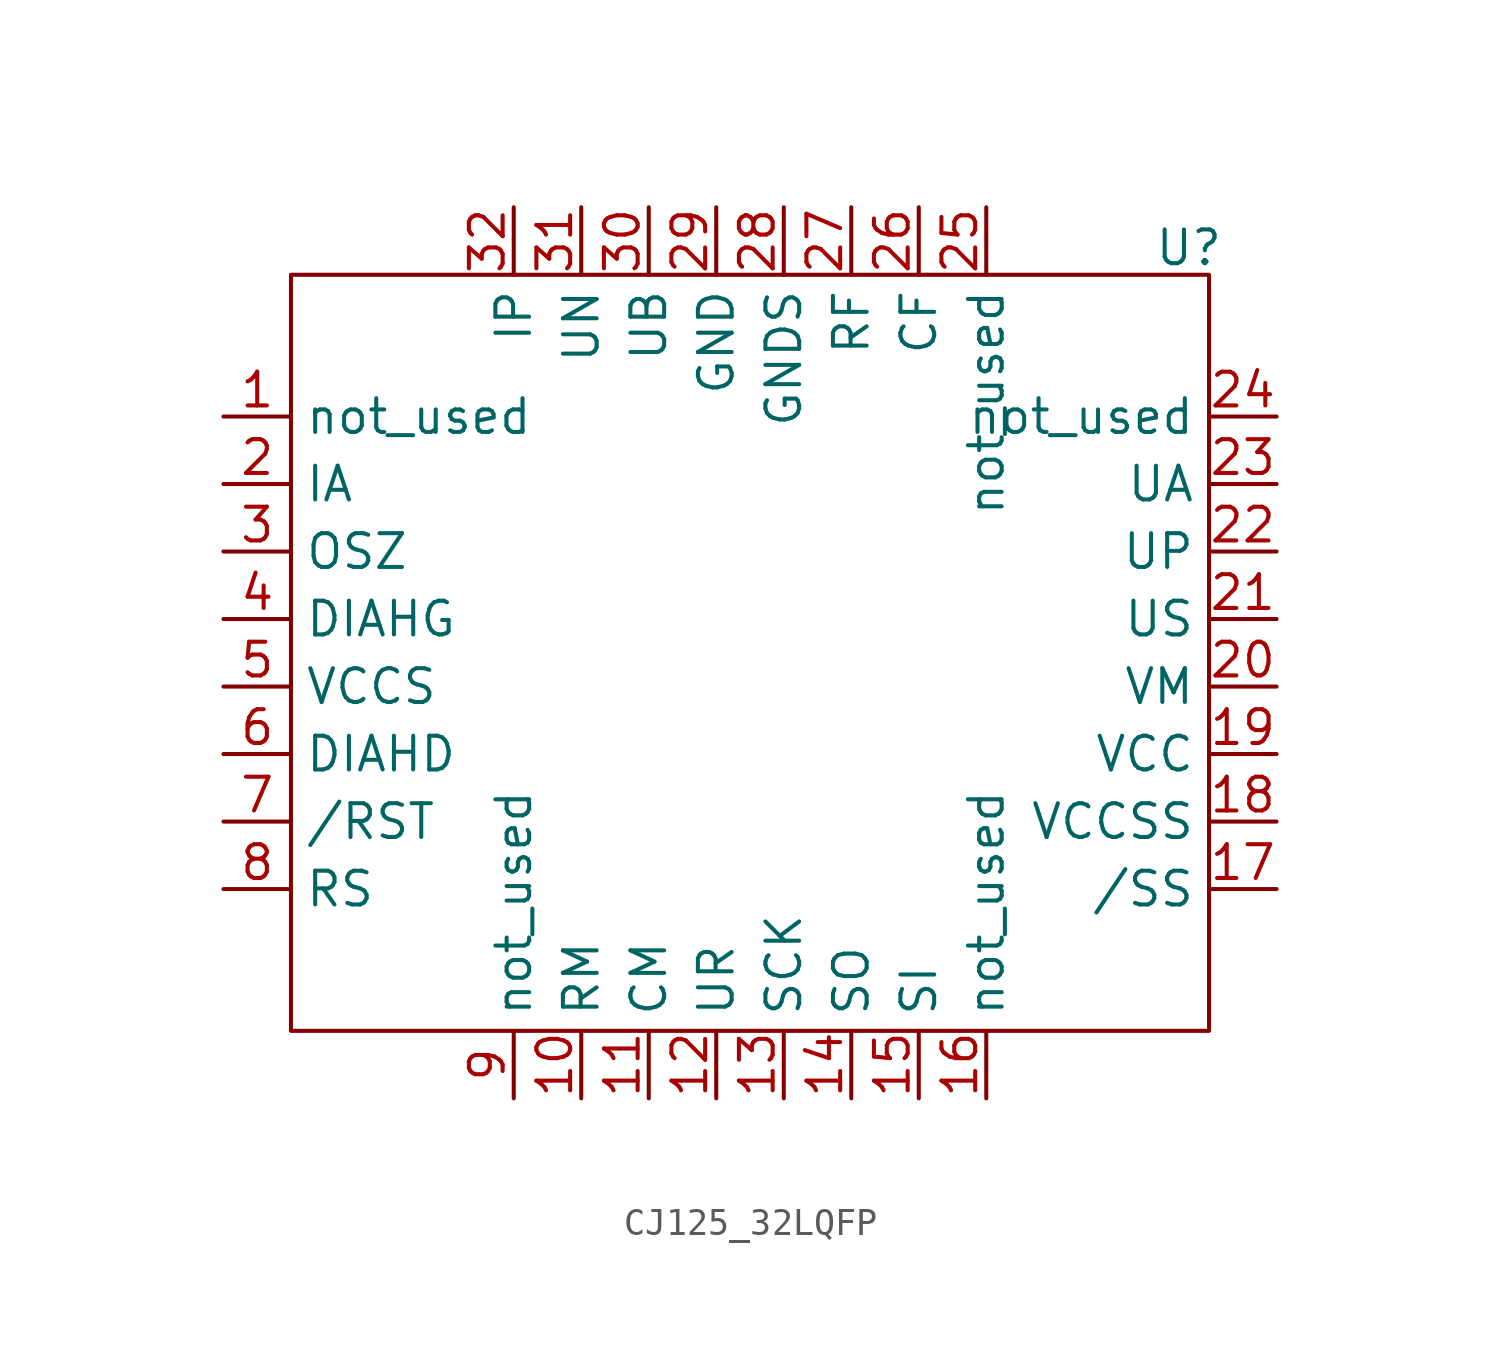
<source format=kicad_sym>
(kicad_symbol_lib
  (version 20220914)
  (generator kicad_symbol_editor)
  (symbol "CJ125_32LQFP"
    (property "Reference" "U"
      (at 31.242 16.51 0)
      (effects (font (size 1.27 1.27))))
    (property "Value" ""
      (at 0 0 0)
      (effects (font (size 1.27 1.27))))
    (symbol "CJ125_32LQFP_0_1"
      (rectangle (start -2.54 15.494) (end 32.004 -12.954) (stroke (width 0) (type default)) (fill (type none))))
    (symbol "CJ125_32LQFP_1_1"
      (pin input line (at -5.08 10.16 0) (length 2.54) (name "not_used" (effects (font (size 1.27 1.27)))) (number "1" (effects (font (size 1.27 1.27)))))
      (pin input line (at 8.382 -15.494 90) (length 2.54) (name "RM" (effects (font (size 1.27 1.27)))) (number "10" (effects (font (size 1.27 1.27)))))
      (pin input line (at 10.922 -15.494 90) (length 2.54) (name "CM" (effects (font (size 1.27 1.27)))) (number "11" (effects (font (size 1.27 1.27)))))
      (pin input line (at 13.462 -15.494 90) (length 2.54) (name "UR" (effects (font (size 1.27 1.27)))) (number "12" (effects (font (size 1.27 1.27)))))
      (pin input line (at 16.002 -15.494 90) (length 2.54) (name "SCK" (effects (font (size 1.27 1.27)))) (number "13" (effects (font (size 1.27 1.27)))))
      (pin input line (at 18.542 -15.494 90) (length 2.54) (name "SO" (effects (font (size 1.27 1.27)))) (number "14" (effects (font (size 1.27 1.27)))))
      (pin input line (at 21.082 -15.494 90) (length 2.54) (name "SI" (effects (font (size 1.27 1.27)))) (number "15" (effects (font (size 1.27 1.27)))))
      (pin input line (at 23.622 -15.494 90) (length 2.54) (name "not_used" (effects (font (size 1.27 1.27)))) (number "16" (effects (font (size 1.27 1.27)))))
      (pin input line (at 34.544 -7.62 180) (length 2.54) (name "/SS" (effects (font (size 1.27 1.27)))) (number "17" (effects (font (size 1.27 1.27)))))
      (pin input line (at 34.544 -5.08 180) (length 2.54) (name "VCCSS" (effects (font (size 1.27 1.27)))) (number "18" (effects (font (size 1.27 1.27)))))
      (pin input line (at 34.544 -2.54 180) (length 2.54) (name "VCC" (effects (font (size 1.27 1.27)))) (number "19" (effects (font (size 1.27 1.27)))))
      (pin input line (at -5.08 7.62 0) (length 2.54) (name "IA" (effects (font (size 1.27 1.27)))) (number "2" (effects (font (size 1.27 1.27)))))
      (pin input line (at 34.544 0 180) (length 2.54) (name "VM" (effects (font (size 1.27 1.27)))) (number "20" (effects (font (size 1.27 1.27)))))
      (pin input line (at 34.544 2.54 180) (length 2.54) (name "US" (effects (font (size 1.27 1.27)))) (number "21" (effects (font (size 1.27 1.27)))))
      (pin input line (at 34.544 5.08 180) (length 2.54) (name "UP" (effects (font (size 1.27 1.27)))) (number "22" (effects (font (size 1.27 1.27)))))
      (pin input line (at 34.544 7.62 180) (length 2.54) (name "UA" (effects (font (size 1.27 1.27)))) (number "23" (effects (font (size 1.27 1.27)))))
      (pin input line (at 34.544 10.16 180) (length 2.54) (name "not_used" (effects (font (size 1.27 1.27)))) (number "24" (effects (font (size 1.27 1.27)))))
      (pin input line (at 23.622 18.034 270) (length 2.54) (name "not_used" (effects (font (size 1.27 1.27)))) (number "25" (effects (font (size 1.27 1.27)))))
      (pin input line (at 21.082 18.034 270) (length 2.54) (name "CF" (effects (font (size 1.27 1.27)))) (number "26" (effects (font (size 1.27 1.27)))))
      (pin input line (at 18.542 18.034 270) (length 2.54) (name "RF" (effects (font (size 1.27 1.27)))) (number "27" (effects (font (size 1.27 1.27)))))
      (pin input line (at 16.002 18.034 270) (length 2.54) (name "GNDS" (effects (font (size 1.27 1.27)))) (number "28" (effects (font (size 1.27 1.27)))))
      (pin input line (at 13.462 18.034 270) (length 2.54) (name "GND" (effects (font (size 1.27 1.27)))) (number "29" (effects (font (size 1.27 1.27)))))
      (pin input line (at -5.08 5.08 0) (length 2.54) (name "OSZ" (effects (font (size 1.27 1.27)))) (number "3" (effects (font (size 1.27 1.27)))))
      (pin input line (at 10.922 18.034 270) (length 2.54) (name "UB" (effects (font (size 1.27 1.27)))) (number "30" (effects (font (size 1.27 1.27)))))
      (pin input line (at 8.382 18.034 270) (length 2.54) (name "UN" (effects (font (size 1.27 1.27)))) (number "31" (effects (font (size 1.27 1.27)))))
      (pin input line (at 5.842 18.034 270) (length 2.54) (name "IP" (effects (font (size 1.27 1.27)))) (number "32" (effects (font (size 1.27 1.27)))))
      (pin input line (at -5.08 2.54 0) (length 2.54) (name "DIAHG" (effects (font (size 1.27 1.27)))) (number "4" (effects (font (size 1.27 1.27)))))
      (pin input line (at -5.08 0 0) (length 2.54) (name "VCCS" (effects (font (size 1.27 1.27)))) (number "5" (effects (font (size 1.27 1.27)))))
      (pin input line (at -5.08 -2.54 0) (length 2.54) (name "DIAHD" (effects (font (size 1.27 1.27)))) (number "6" (effects (font (size 1.27 1.27)))))
      (pin input line (at -5.08 -5.08 0) (length 2.54) (name "/RST" (effects (font (size 1.27 1.27)))) (number "7" (effects (font (size 1.27 1.27)))))
      (pin input line (at -5.08 -7.62 0) (length 2.54) (name "RS" (effects (font (size 1.27 1.27)))) (number "8" (effects (font (size 1.27 1.27)))))
      (pin input line (at 5.842 -15.494 90) (length 2.54) (name "not_used" (effects (font (size 1.27 1.27)))) (number "9" (effects (font (size 1.27 1.27))))))))
</source>
